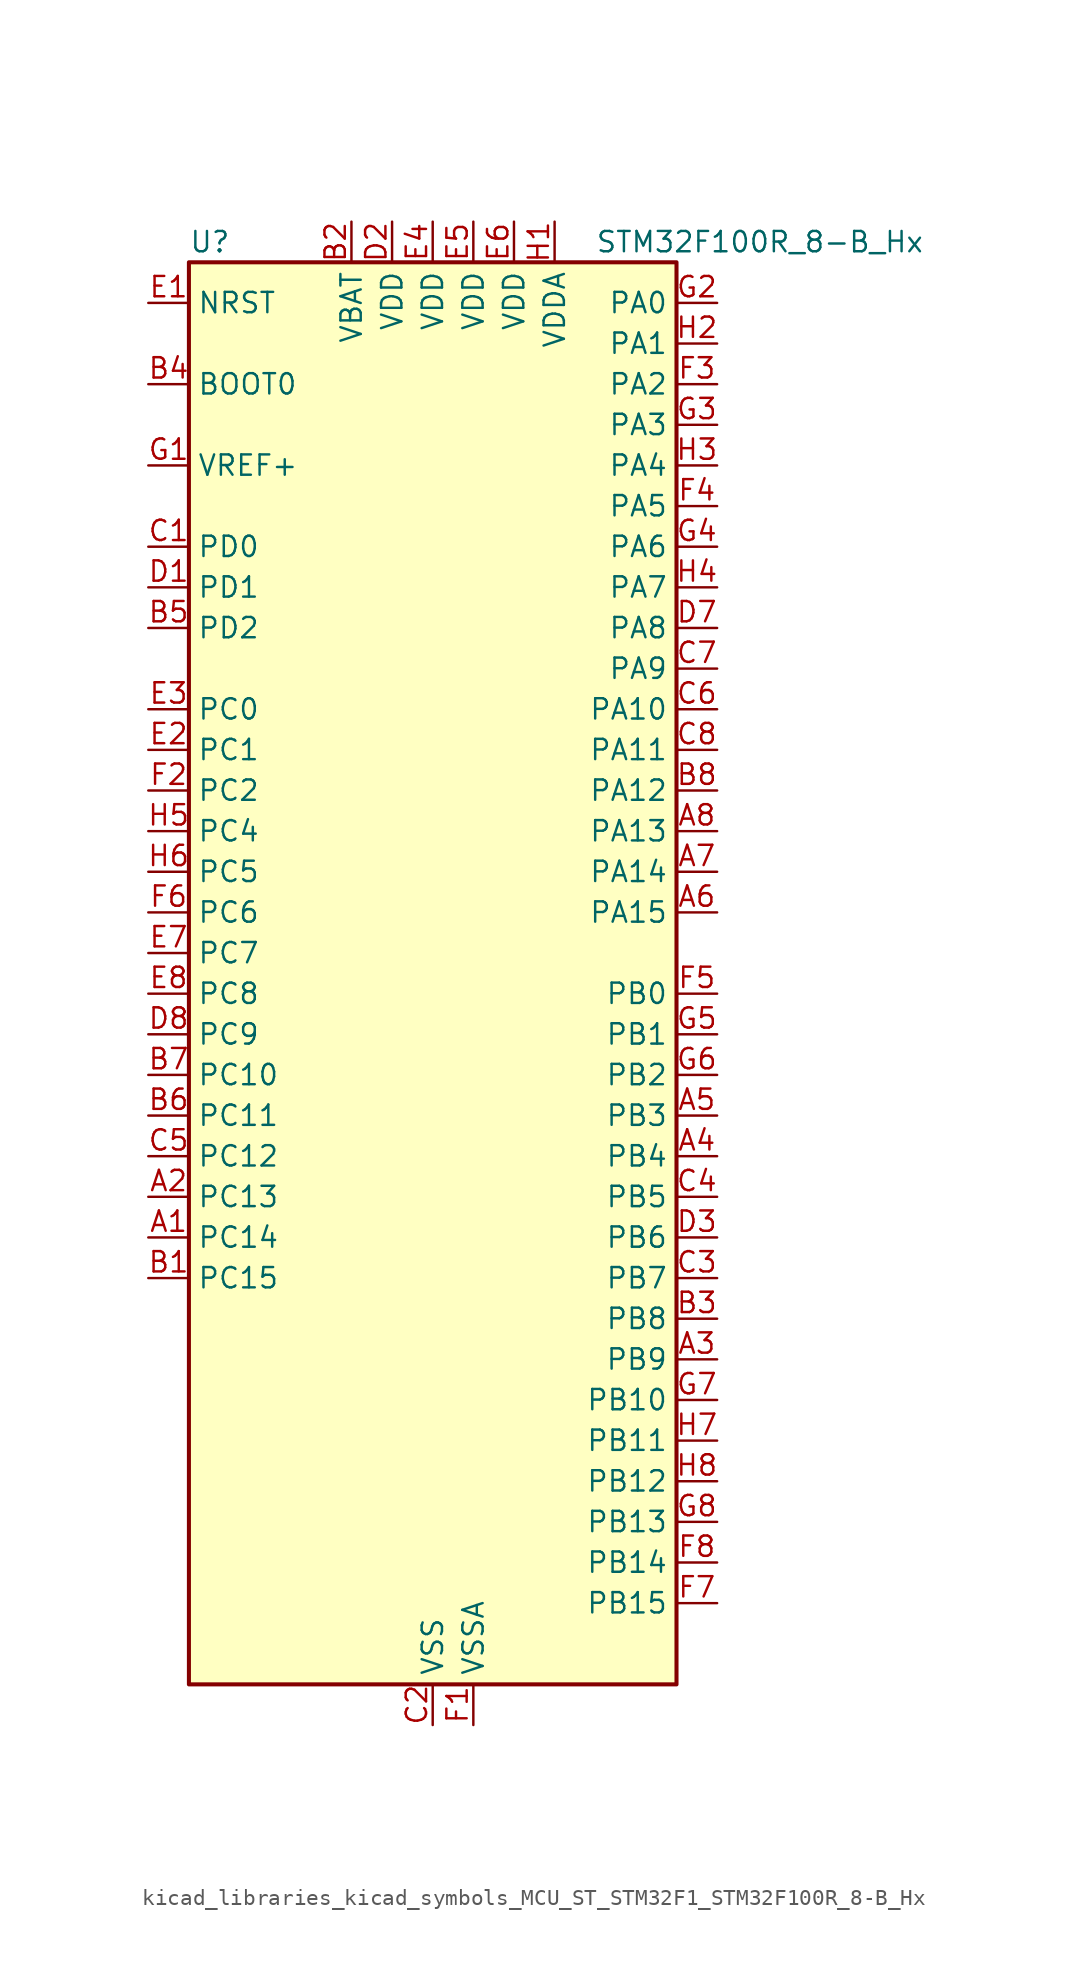
<source format=kicad_sym>
(kicad_symbol_lib
  (version 20220914)
  (generator kicad_symbol_editor)
  (symbol "kicad_libraries_kicad_symbols_MCU_ST_STM32F1_STM32F100R_8-B_Hx"
    (property "Reference" "U"
      (at -15.24 46.99 0)
      (effects (font (size 1.27 1.27)) (justify left)))
    (property "Value" "STM32F100R_8-B_Hx"
      (at 10.16 46.99 0)
      (effects (font (size 1.27 1.27)) (justify left)))
    (property "ki_locked" ""
      (at 0 0 0)
      (effects (font (size 1.27 1.27))))
    (symbol "kicad_libraries_kicad_symbols_MCU_ST_STM32F1_STM32F100R_8-B_Hx_0_1"
      (rectangle (start -15.24 -43.18) (end 15.24 45.72) (stroke (width 0.254) (type default)) (fill (type background))))
    (symbol "kicad_libraries_kicad_symbols_MCU_ST_STM32F1_STM32F100R_8-B_Hx_1_1"
      (pin bidirectional line (at -17.78 -15.24 0) (length 2.54) (name "PC14" (effects (font (size 1.27 1.27)))) (number "A1" (effects (font (size 1.27 1.27)))) (alternate "RCC_OSC32_IN" bidirectional line))
      (pin bidirectional line (at -17.78 -12.7 0) (length 2.54) (name "PC13" (effects (font (size 1.27 1.27)))) (number "A2" (effects (font (size 1.27 1.27)))) (alternate "RTC_OUT" bidirectional line) (alternate "RTC_TAMPER" bidirectional line))
      (pin bidirectional line (at 17.78 -22.86 180) (length 2.54) (name "PB9" (effects (font (size 1.27 1.27)))) (number "A3" (effects (font (size 1.27 1.27)))) (alternate "DAC_EXTI9" bidirectional line) (alternate "I2C1_SDA" bidirectional line) (alternate "TIM17_CH1" bidirectional line) (alternate "TIM4_CH4" bidirectional line))
      (pin bidirectional line (at 17.78 -10.16 180) (length 2.54) (name "PB4" (effects (font (size 1.27 1.27)))) (number "A4" (effects (font (size 1.27 1.27)))) (alternate "SPI1_MISO" bidirectional line) (alternate "SYS_NJTRST" bidirectional line) (alternate "TIM3_CH1" bidirectional line))
      (pin bidirectional line (at 17.78 -7.62 180) (length 2.54) (name "PB3" (effects (font (size 1.27 1.27)))) (number "A5" (effects (font (size 1.27 1.27)))) (alternate "SPI1_SCK" bidirectional line) (alternate "SYS_JTDO-TRACESWO" bidirectional line) (alternate "TIM2_CH2" bidirectional line))
      (pin bidirectional line (at 17.78 5.08 180) (length 2.54) (name "PA15" (effects (font (size 1.27 1.27)))) (number "A6" (effects (font (size 1.27 1.27)))) (alternate "ADC1_EXTI15" bidirectional line) (alternate "SPI1_NSS" bidirectional line) (alternate "SYS_JTDI" bidirectional line) (alternate "TIM2_CH1" bidirectional line) (alternate "TIM2_ETR" bidirectional line))
      (pin bidirectional line (at 17.78 7.62 180) (length 2.54) (name "PA14" (effects (font (size 1.27 1.27)))) (number "A7" (effects (font (size 1.27 1.27)))) (alternate "SYS_JTCK-SWCLK" bidirectional line))
      (pin bidirectional line (at 17.78 10.16 180) (length 2.54) (name "PA13" (effects (font (size 1.27 1.27)))) (number "A8" (effects (font (size 1.27 1.27)))) (alternate "SYS_JTMS-SWDIO" bidirectional line))
      (pin bidirectional line (at -17.78 -17.78 0) (length 2.54) (name "PC15" (effects (font (size 1.27 1.27)))) (number "B1" (effects (font (size 1.27 1.27)))) (alternate "ADC1_EXTI15" bidirectional line) (alternate "RCC_OSC32_OUT" bidirectional line))
      (pin power_in line (at -5.08 48.26 270) (length 2.54) (name "VBAT" (effects (font (size 1.27 1.27)))) (number "B2" (effects (font (size 1.27 1.27)))))
      (pin bidirectional line (at 17.78 -20.32 180) (length 2.54) (name "PB8" (effects (font (size 1.27 1.27)))) (number "B3" (effects (font (size 1.27 1.27)))) (alternate "CEC" bidirectional line) (alternate "I2C1_SCL" bidirectional line) (alternate "TIM16_CH1" bidirectional line) (alternate "TIM4_CH3" bidirectional line))
      (pin input line (at -17.78 38.1 0) (length 2.54) (name "BOOT0" (effects (font (size 1.27 1.27)))) (number "B4" (effects (font (size 1.27 1.27)))))
      (pin bidirectional line (at -17.78 22.86 0) (length 2.54) (name "PD2" (effects (font (size 1.27 1.27)))) (number "B5" (effects (font (size 1.27 1.27)))) (alternate "TIM3_ETR" bidirectional line))
      (pin bidirectional line (at -17.78 -7.62 0) (length 2.54) (name "PC11" (effects (font (size 1.27 1.27)))) (number "B6" (effects (font (size 1.27 1.27)))) (alternate "ADC1_EXTI11" bidirectional line) (alternate "USART3_RX" bidirectional line))
      (pin bidirectional line (at -17.78 -5.08 0) (length 2.54) (name "PC10" (effects (font (size 1.27 1.27)))) (number "B7" (effects (font (size 1.27 1.27)))) (alternate "USART3_TX" bidirectional line))
      (pin bidirectional line (at 17.78 12.7 180) (length 2.54) (name "PA12" (effects (font (size 1.27 1.27)))) (number "B8" (effects (font (size 1.27 1.27)))) (alternate "TIM1_ETR" bidirectional line) (alternate "USART1_RTS" bidirectional line))
      (pin bidirectional line (at -17.78 27.94 0) (length 2.54) (name "PD0" (effects (font (size 1.27 1.27)))) (number "C1" (effects (font (size 1.27 1.27)))) (alternate "RCC_OSC_IN" bidirectional line))
      (pin power_in line (at 0 -45.72 90) (length 2.54) (name "VSS" (effects (font (size 1.27 1.27)))) (number "C2" (effects (font (size 1.27 1.27)))))
      (pin bidirectional line (at 17.78 -17.78 180) (length 2.54) (name "PB7" (effects (font (size 1.27 1.27)))) (number "C3" (effects (font (size 1.27 1.27)))) (alternate "I2C1_SDA" bidirectional line) (alternate "TIM17_CH1N" bidirectional line) (alternate "TIM4_CH2" bidirectional line) (alternate "USART1_RX" bidirectional line))
      (pin bidirectional line (at 17.78 -12.7 180) (length 2.54) (name "PB5" (effects (font (size 1.27 1.27)))) (number "C4" (effects (font (size 1.27 1.27)))) (alternate "I2C1_SMBA" bidirectional line) (alternate "SPI1_MOSI" bidirectional line) (alternate "TIM16_BKIN" bidirectional line) (alternate "TIM3_CH2" bidirectional line))
      (pin bidirectional line (at -17.78 -10.16 0) (length 2.54) (name "PC12" (effects (font (size 1.27 1.27)))) (number "C5" (effects (font (size 1.27 1.27)))) (alternate "USART3_CK" bidirectional line))
      (pin bidirectional line (at 17.78 17.78 180) (length 2.54) (name "PA10" (effects (font (size 1.27 1.27)))) (number "C6" (effects (font (size 1.27 1.27)))) (alternate "TIM17_BKIN" bidirectional line) (alternate "TIM1_CH3" bidirectional line) (alternate "USART1_RX" bidirectional line))
      (pin bidirectional line (at 17.78 20.32 180) (length 2.54) (name "PA9" (effects (font (size 1.27 1.27)))) (number "C7" (effects (font (size 1.27 1.27)))) (alternate "DAC_EXTI9" bidirectional line) (alternate "TIM15_BKIN" bidirectional line) (alternate "TIM1_CH2" bidirectional line) (alternate "USART1_TX" bidirectional line))
      (pin bidirectional line (at 17.78 15.24 180) (length 2.54) (name "PA11" (effects (font (size 1.27 1.27)))) (number "C8" (effects (font (size 1.27 1.27)))) (alternate "ADC1_EXTI11" bidirectional line) (alternate "TIM1_CH4" bidirectional line) (alternate "USART1_CTS" bidirectional line))
      (pin bidirectional line (at -17.78 25.4 0) (length 2.54) (name "PD1" (effects (font (size 1.27 1.27)))) (number "D1" (effects (font (size 1.27 1.27)))) (alternate "RCC_OSC_OUT" bidirectional line))
      (pin power_in line (at -2.54 48.26 270) (length 2.54) (name "VDD" (effects (font (size 1.27 1.27)))) (number "D2" (effects (font (size 1.27 1.27)))))
      (pin bidirectional line (at 17.78 -15.24 180) (length 2.54) (name "PB6" (effects (font (size 1.27 1.27)))) (number "D3" (effects (font (size 1.27 1.27)))) (alternate "I2C1_SCL" bidirectional line) (alternate "TIM16_CH1N" bidirectional line) (alternate "TIM4_CH1" bidirectional line) (alternate "USART1_TX" bidirectional line))
      (pin passive line (at 0 -45.72 90) (length 2.54) hide (name "VSS" (effects (font (size 1.27 1.27)))) (number "D4" (effects (font (size 1.27 1.27)))))
      (pin passive line (at 0 -45.72 90) (length 2.54) hide (name "VSS" (effects (font (size 1.27 1.27)))) (number "D5" (effects (font (size 1.27 1.27)))))
      (pin passive line (at 0 -45.72 90) (length 2.54) hide (name "VSS" (effects (font (size 1.27 1.27)))) (number "D6" (effects (font (size 1.27 1.27)))))
      (pin bidirectional line (at 17.78 22.86 180) (length 2.54) (name "PA8" (effects (font (size 1.27 1.27)))) (number "D7" (effects (font (size 1.27 1.27)))) (alternate "RCC_MCO" bidirectional line) (alternate "TIM1_CH1" bidirectional line) (alternate "USART1_CK" bidirectional line))
      (pin bidirectional line (at -17.78 -2.54 0) (length 2.54) (name "PC9" (effects (font (size 1.27 1.27)))) (number "D8" (effects (font (size 1.27 1.27)))) (alternate "DAC_EXTI9" bidirectional line) (alternate "TIM3_CH4" bidirectional line))
      (pin input line (at -17.78 43.18 0) (length 2.54) (name "NRST" (effects (font (size 1.27 1.27)))) (number "E1" (effects (font (size 1.27 1.27)))))
      (pin bidirectional line (at -17.78 15.24 0) (length 2.54) (name "PC1" (effects (font (size 1.27 1.27)))) (number "E2" (effects (font (size 1.27 1.27)))) (alternate "ADC1_IN11" bidirectional line))
      (pin bidirectional line (at -17.78 17.78 0) (length 2.54) (name "PC0" (effects (font (size 1.27 1.27)))) (number "E3" (effects (font (size 1.27 1.27)))) (alternate "ADC1_IN10" bidirectional line))
      (pin power_in line (at 0 48.26 270) (length 2.54) (name "VDD" (effects (font (size 1.27 1.27)))) (number "E4" (effects (font (size 1.27 1.27)))))
      (pin power_in line (at 2.54 48.26 270) (length 2.54) (name "VDD" (effects (font (size 1.27 1.27)))) (number "E5" (effects (font (size 1.27 1.27)))))
      (pin power_in line (at 5.08 48.26 270) (length 2.54) (name "VDD" (effects (font (size 1.27 1.27)))) (number "E6" (effects (font (size 1.27 1.27)))))
      (pin bidirectional line (at -17.78 2.54 0) (length 2.54) (name "PC7" (effects (font (size 1.27 1.27)))) (number "E7" (effects (font (size 1.27 1.27)))) (alternate "TIM3_CH2" bidirectional line))
      (pin bidirectional line (at -17.78 0 0) (length 2.54) (name "PC8" (effects (font (size 1.27 1.27)))) (number "E8" (effects (font (size 1.27 1.27)))) (alternate "TIM3_CH3" bidirectional line))
      (pin power_in line (at 2.54 -45.72 90) (length 2.54) (name "VSSA" (effects (font (size 1.27 1.27)))) (number "F1" (effects (font (size 1.27 1.27)))))
      (pin bidirectional line (at -17.78 12.7 0) (length 2.54) (name "PC2" (effects (font (size 1.27 1.27)))) (number "F2" (effects (font (size 1.27 1.27)))) (alternate "ADC1_IN12" bidirectional line))
      (pin bidirectional line (at 17.78 38.1 180) (length 2.54) (name "PA2" (effects (font (size 1.27 1.27)))) (number "F3" (effects (font (size 1.27 1.27)))) (alternate "ADC1_IN2" bidirectional line) (alternate "TIM15_CH1" bidirectional line) (alternate "TIM2_CH3" bidirectional line) (alternate "USART2_TX" bidirectional line))
      (pin bidirectional line (at 17.78 30.48 180) (length 2.54) (name "PA5" (effects (font (size 1.27 1.27)))) (number "F4" (effects (font (size 1.27 1.27)))) (alternate "ADC1_IN5" bidirectional line) (alternate "DAC_OUT2" bidirectional line) (alternate "SPI1_SCK" bidirectional line))
      (pin bidirectional line (at 17.78 0 180) (length 2.54) (name "PB0" (effects (font (size 1.27 1.27)))) (number "F5" (effects (font (size 1.27 1.27)))) (alternate "ADC1_IN8" bidirectional line) (alternate "TIM1_CH2N" bidirectional line) (alternate "TIM3_CH3" bidirectional line))
      (pin bidirectional line (at -17.78 5.08 0) (length 2.54) (name "PC6" (effects (font (size 1.27 1.27)))) (number "F6" (effects (font (size 1.27 1.27)))) (alternate "TIM3_CH1" bidirectional line))
      (pin bidirectional line (at 17.78 -38.1 180) (length 2.54) (name "PB15" (effects (font (size 1.27 1.27)))) (number "F7" (effects (font (size 1.27 1.27)))) (alternate "ADC1_EXTI15" bidirectional line) (alternate "SPI2_MOSI" bidirectional line) (alternate "TIM15_CH1N" bidirectional line) (alternate "TIM15_CH2" bidirectional line) (alternate "TIM1_CH3N" bidirectional line))
      (pin bidirectional line (at 17.78 -35.56 180) (length 2.54) (name "PB14" (effects (font (size 1.27 1.27)))) (number "F8" (effects (font (size 1.27 1.27)))) (alternate "SPI2_MISO" bidirectional line) (alternate "TIM15_CH1" bidirectional line) (alternate "TIM1_CH2N" bidirectional line) (alternate "USART3_RTS" bidirectional line))
      (pin input line (at -17.78 33.02 0) (length 2.54) (name "VREF+" (effects (font (size 1.27 1.27)))) (number "G1" (effects (font (size 1.27 1.27)))))
      (pin bidirectional line (at 17.78 43.18 180) (length 2.54) (name "PA0" (effects (font (size 1.27 1.27)))) (number "G2" (effects (font (size 1.27 1.27)))) (alternate "ADC1_IN0" bidirectional line) (alternate "SYS_WKUP" bidirectional line) (alternate "TIM2_CH1" bidirectional line) (alternate "TIM2_ETR" bidirectional line) (alternate "USART2_CTS" bidirectional line))
      (pin bidirectional line (at 17.78 35.56 180) (length 2.54) (name "PA3" (effects (font (size 1.27 1.27)))) (number "G3" (effects (font (size 1.27 1.27)))) (alternate "ADC1_IN3" bidirectional line) (alternate "TIM15_CH2" bidirectional line) (alternate "TIM2_CH4" bidirectional line) (alternate "USART2_RX" bidirectional line))
      (pin bidirectional line (at 17.78 27.94 180) (length 2.54) (name "PA6" (effects (font (size 1.27 1.27)))) (number "G4" (effects (font (size 1.27 1.27)))) (alternate "ADC1_IN6" bidirectional line) (alternate "SPI1_MISO" bidirectional line) (alternate "TIM16_CH1" bidirectional line) (alternate "TIM1_BKIN" bidirectional line) (alternate "TIM3_CH1" bidirectional line))
      (pin bidirectional line (at 17.78 -2.54 180) (length 2.54) (name "PB1" (effects (font (size 1.27 1.27)))) (number "G5" (effects (font (size 1.27 1.27)))) (alternate "ADC1_IN9" bidirectional line) (alternate "TIM1_CH3N" bidirectional line) (alternate "TIM3_CH4" bidirectional line))
      (pin bidirectional line (at 17.78 -5.08 180) (length 2.54) (name "PB2" (effects (font (size 1.27 1.27)))) (number "G6" (effects (font (size 1.27 1.27)))))
      (pin bidirectional line (at 17.78 -25.4 180) (length 2.54) (name "PB10" (effects (font (size 1.27 1.27)))) (number "G7" (effects (font (size 1.27 1.27)))) (alternate "CEC" bidirectional line) (alternate "I2C2_SCL" bidirectional line) (alternate "TIM2_CH3" bidirectional line) (alternate "USART3_TX" bidirectional line))
      (pin bidirectional line (at 17.78 -33.02 180) (length 2.54) (name "PB13" (effects (font (size 1.27 1.27)))) (number "G8" (effects (font (size 1.27 1.27)))) (alternate "SPI2_SCK" bidirectional line) (alternate "TIM1_CH1N" bidirectional line) (alternate "USART3_CTS" bidirectional line))
      (pin power_in line (at 7.62 48.26 270) (length 2.54) (name "VDDA" (effects (font (size 1.27 1.27)))) (number "H1" (effects (font (size 1.27 1.27)))))
      (pin bidirectional line (at 17.78 40.64 180) (length 2.54) (name "PA1" (effects (font (size 1.27 1.27)))) (number "H2" (effects (font (size 1.27 1.27)))) (alternate "ADC1_IN1" bidirectional line) (alternate "TIM2_CH2" bidirectional line) (alternate "USART2_RTS" bidirectional line))
      (pin bidirectional line (at 17.78 33.02 180) (length 2.54) (name "PA4" (effects (font (size 1.27 1.27)))) (number "H3" (effects (font (size 1.27 1.27)))) (alternate "ADC1_IN4" bidirectional line) (alternate "DAC_OUT1" bidirectional line) (alternate "SPI1_NSS" bidirectional line) (alternate "USART2_CK" bidirectional line))
      (pin bidirectional line (at 17.78 25.4 180) (length 2.54) (name "PA7" (effects (font (size 1.27 1.27)))) (number "H4" (effects (font (size 1.27 1.27)))) (alternate "ADC1_IN7" bidirectional line) (alternate "SPI1_MOSI" bidirectional line) (alternate "TIM17_CH1" bidirectional line) (alternate "TIM1_CH1N" bidirectional line) (alternate "TIM3_CH2" bidirectional line))
      (pin bidirectional line (at -17.78 10.16 0) (length 2.54) (name "PC4" (effects (font (size 1.27 1.27)))) (number "H5" (effects (font (size 1.27 1.27)))) (alternate "ADC1_IN14" bidirectional line))
      (pin bidirectional line (at -17.78 7.62 0) (length 2.54) (name "PC5" (effects (font (size 1.27 1.27)))) (number "H6" (effects (font (size 1.27 1.27)))) (alternate "ADC1_IN15" bidirectional line))
      (pin bidirectional line (at 17.78 -27.94 180) (length 2.54) (name "PB11" (effects (font (size 1.27 1.27)))) (number "H7" (effects (font (size 1.27 1.27)))) (alternate "ADC1_EXTI11" bidirectional line) (alternate "I2C2_SDA" bidirectional line) (alternate "TIM2_CH4" bidirectional line) (alternate "USART3_RX" bidirectional line))
      (pin bidirectional line (at 17.78 -30.48 180) (length 2.54) (name "PB12" (effects (font (size 1.27 1.27)))) (number "H8" (effects (font (size 1.27 1.27)))) (alternate "I2C2_SMBA" bidirectional line) (alternate "SPI2_NSS" bidirectional line) (alternate "TIM1_BKIN" bidirectional line) (alternate "USART3_CK" bidirectional line)))))
</source>
